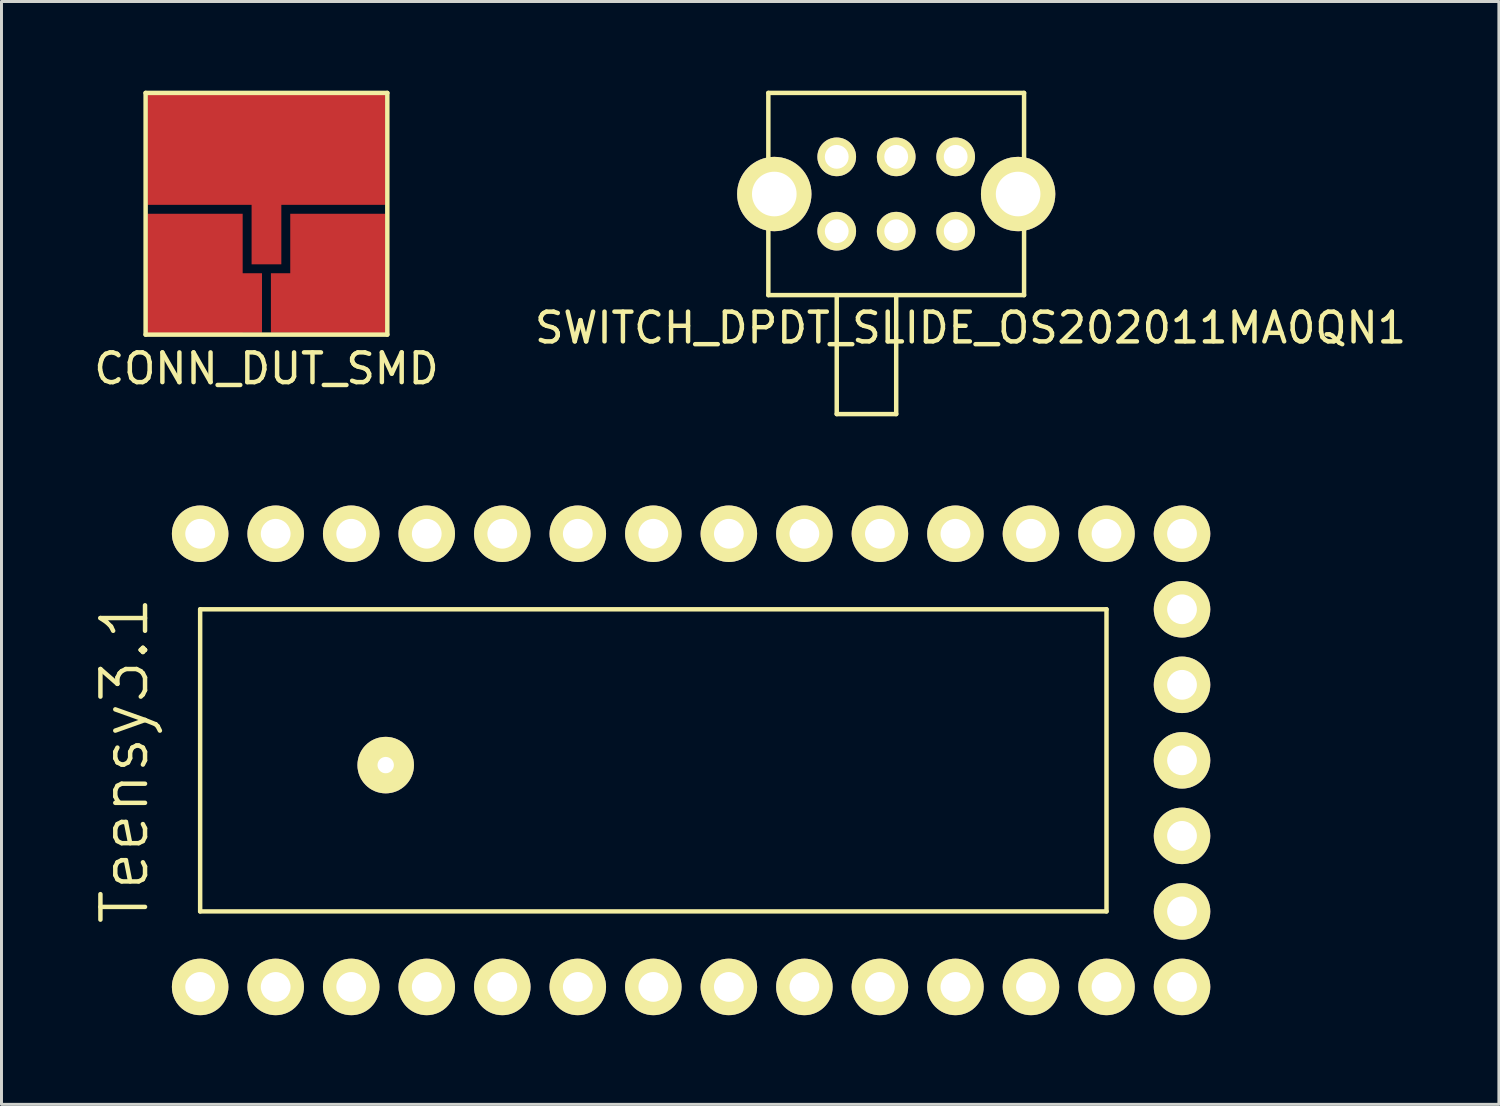
<source format=kicad_pcb>
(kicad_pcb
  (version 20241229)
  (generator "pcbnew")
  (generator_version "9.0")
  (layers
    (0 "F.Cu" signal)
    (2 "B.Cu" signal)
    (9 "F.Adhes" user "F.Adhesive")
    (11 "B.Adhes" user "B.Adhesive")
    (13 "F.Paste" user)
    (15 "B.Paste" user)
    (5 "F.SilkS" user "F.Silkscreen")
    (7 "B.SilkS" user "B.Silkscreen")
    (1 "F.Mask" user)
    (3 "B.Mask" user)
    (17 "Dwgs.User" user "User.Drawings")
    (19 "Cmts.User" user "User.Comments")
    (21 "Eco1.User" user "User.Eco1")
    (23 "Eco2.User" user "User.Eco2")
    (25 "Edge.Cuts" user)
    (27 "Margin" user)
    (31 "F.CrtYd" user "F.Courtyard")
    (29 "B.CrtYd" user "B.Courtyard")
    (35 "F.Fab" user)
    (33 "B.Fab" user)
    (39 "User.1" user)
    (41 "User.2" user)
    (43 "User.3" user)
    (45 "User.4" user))
  (footprint "Teensy3.1"
    (layer "F.Cu")
    (at 6.221 30.14)
    (property "Reference" "Teensy3.1" (at -5.08 -7.62 90) (layer "F.SilkS") (effects (font (size 1.5 1.5) (thickness 0.15))))
    (attr through_hole)
    (fp_line (start -2.54 -12.7) (end 27.94 -12.7) (stroke (width 0.15) (type solid)) (layer "F.SilkS"))
    (fp_line (start -2.54 -2.54) (end -2.54 -12.7) (stroke (width 0.15) (type solid)) (layer "F.SilkS"))
    (fp_line (start 27.94 -12.7) (end 27.94 -2.54) (stroke (width 0.15) (type solid)) (layer "F.SilkS"))
    (fp_line (start 27.94 -2.54) (end -2.54 -2.54) (stroke (width 0.15) (type solid)) (layer "F.SilkS"))
    (pad "0" thru_hole circle (at 0 0) (size 1.9 1.9) (drill 1) (layers "*.Cu" "*.Mask" "F.SilkS"))
    (pad "1" thru_hole circle (at 2.54 0) (size 1.9 1.9) (drill 1) (layers "*.Cu" "*.Mask" "F.SilkS"))
    (pad "2" thru_hole circle (at 5.08 0) (size 1.9 1.9) (drill 1) (layers "*.Cu" "*.Mask" "F.SilkS"))
    (pad "3" thru_hole circle (at 7.62 0) (size 1.9 1.9) (drill 1) (layers "*.Cu" "*.Mask" "F.SilkS"))
    (pad "4" thru_hole circle (at 10.16 0) (size 1.9 1.9) (drill 1) (layers "*.Cu" "*.Mask" "F.SilkS"))
    (pad "5" thru_hole circle (at 12.7 0) (size 1.9 1.9) (drill 1) (layers "*.Cu" "*.Mask" "F.SilkS"))
    (pad "6" thru_hole circle (at 15.24 0) (size 1.9 1.9) (drill 1) (layers "*.Cu" "*.Mask" "F.SilkS"))
    (pad "7" thru_hole circle (at 17.78 0) (size 1.9 1.9) (drill 1) (layers "*.Cu" "*.Mask" "F.SilkS"))
    (pad "8" thru_hole circle (at 20.32 0) (size 1.9 1.9) (drill 1) (layers "*.Cu" "*.Mask" "F.SilkS"))
    (pad "9" thru_hole circle (at 22.86 0) (size 1.9 1.9) (drill 1) (layers "*.Cu" "*.Mask" "F.SilkS"))
    (pad "10" thru_hole circle (at 25.4 0) (size 1.9 1.9) (drill 1) (layers "*.Cu" "*.Mask" "F.SilkS"))
    (pad "11" thru_hole circle (at 27.94 0) (size 1.9 1.9) (drill 1) (layers "*.Cu" "*.Mask" "F.SilkS"))
    (pad "12" thru_hole circle (at 30.48 0) (size 1.9 1.9) (drill 1) (layers "*.Cu" "*.Mask" "F.SilkS"))
    (pad "13" thru_hole circle (at 30.48 -15.24) (size 1.9 1.9) (drill 1) (layers "*.Cu" "*.Mask" "F.SilkS"))
    (pad "14" thru_hole circle (at 27.94 -15.24) (size 1.9 1.9) (drill 1) (layers "*.Cu" "*.Mask" "F.SilkS"))
    (pad "15" thru_hole circle (at 25.4 -15.24) (size 1.9 1.9) (drill 1) (layers "*.Cu" "*.Mask" "F.SilkS"))
    (pad "16" thru_hole circle (at 22.86 -15.24) (size 1.9 1.9) (drill 1) (layers "*.Cu" "*.Mask" "F.SilkS"))
    (pad "17" thru_hole circle (at 20.32 -15.24) (size 1.9 1.9) (drill 1) (layers "*.Cu" "*.Mask" "F.SilkS"))
    (pad "18" thru_hole circle (at 17.78 -15.24) (size 1.9 1.9) (drill 1) (layers "*.Cu" "*.Mask" "F.SilkS"))
    (pad "19" thru_hole circle (at 15.24 -15.24) (size 1.9 1.9) (drill 1) (layers "*.Cu" "*.Mask" "F.SilkS"))
    (pad "20" thru_hole circle (at 12.7 -15.24) (size 1.9 1.9) (drill 1) (layers "*.Cu" "*.Mask" "F.SilkS"))
    (pad "21" thru_hole circle (at 10.16 -15.24) (size 1.9 1.9) (drill 1) (layers "*.Cu" "*.Mask" "F.SilkS"))
    (pad "22" thru_hole circle (at 7.62 -15.24) (size 1.9 1.9) (drill 1) (layers "*.Cu" "*.Mask" "F.SilkS"))
    (pad "23" thru_hole circle (at 5.08 -15.24) (size 1.9 1.9) (drill 1) (layers "*.Cu" "*.Mask" "F.SilkS"))
    (pad "24" thru_hole circle (at 2.54 -15.24) (size 1.9 1.9) (drill 1) (layers "*.Cu" "*.Mask" "F.SilkS"))
    (pad "25" thru_hole circle (at 0 -15.24) (size 1.9 1.9) (drill 1) (layers "*.Cu" "*.Mask" "F.SilkS"))
    (pad "26" thru_hole circle (at -2.54 -15.24) (size 1.9 1.9) (drill 1) (layers "*.Cu" "*.Mask" "F.SilkS"))
    (pad "27" thru_hole circle (at -2.54 0) (size 1.9 1.9) (drill 1) (layers "*.Cu" "*.Mask" "F.SilkS"))
    (pad "28" thru_hole circle (at 30.48 -12.7) (size 1.9 1.9) (drill 1) (layers "*.Cu" "*.Mask" "F.SilkS"))
    (pad "29" thru_hole circle (at 30.48 -10.16) (size 1.9 1.9) (drill 1) (layers "*.Cu" "*.Mask" "F.SilkS"))
    (pad "30" thru_hole circle (at 30.48 -7.62) (size 1.9 1.9) (drill 1) (layers "*.Cu" "*.Mask" "F.SilkS"))
    (pad "31" thru_hole circle (at 30.48 -5.08) (size 1.9 1.9) (drill 1) (layers "*.Cu" "*.Mask" "F.SilkS"))
    (pad "32" thru_hole circle (at 30.48 -2.54) (size 1.9 1.9) (drill 1) (layers "*.Cu" "*.Mask" "F.SilkS"))
    (pad "33" thru_hole circle (at 3.7 -7.46) (size 1.9 1.9) (drill 0.55) (layers "*.Cu" "*.Mask" "F.SilkS")))
  (footprint "CONN_DUT_SMD"
    (layer "F.Cu")
    (at 5.911 4.139)
    (property "Reference" "CONN_DUT_SMD" (at 0 5.207 0) (layer "F.SilkS") (effects (font (size 1 1) (thickness 0.15))))
    (attr through_hole)
    (fp_line (start -4.064 -4.064) (end 4.064 -4.064) (stroke (width 0.15) (type solid)) (layer "F.SilkS"))
    (fp_line (start -4.064 4.064) (end -4.064 -4.064) (stroke (width 0.15) (type solid)) (layer "F.SilkS"))
    (fp_line (start 4.064 -4.064) (end 4.064 4.064) (stroke (width 0.15) (type solid)) (layer "F.SilkS"))
    (fp_line (start 4.064 4.064) (end -4.064 4.064) (stroke (width 0.15) (type solid)) (layer "F.SilkS"))
    (pad "1" smd rect (at -2.4 2) (size 3.2 4) (layers "F.Cu" "F.Mask" "F.Paste"))
    (pad "1" smd rect (at -2.075 3) (size 3.85 2) (layers "F.Cu" "F.Mask" "F.Paste"))
    (pad "2" smd rect (at 0 -2.15) (size 8 3.7) (layers "F.Cu" "F.Mask" "F.Paste"))
    (pad "2" smd rect (at 0 0) (size 1 3.4) (layers "F.Cu" "F.Mask" "F.Paste"))
    (pad "3" smd rect (at 2.075 3) (size 3.85 2) (layers "F.Cu" "F.Mask" "F.Paste"))
    (pad "3" smd rect (at 2.4 2) (size 3.2 4) (layers "F.Cu" "F.Mask" "F.Paste")))
  (footprint "SWITCH_DPDT_SLIDE_OS202011MA0QN1"
    (layer "F.Cu")
    (at 27.089 3.475)
    (property "Reference" "SWITCH_DPDT_SLIDE_OS202011MA0QN1" (at 2.5 4.5 0) (layer "F.SilkS") (effects (font (size 1 1) (thickness 0.15))))
    (attr through_hole)
    (fp_line (start -4.3 -3.4) (end 4.3 -3.4) (stroke (width 0.15) (type solid)) (layer "F.SilkS"))
    (fp_line (start -4.3 3.4) (end -4.3 -3.4) (stroke (width 0.15) (type solid)) (layer "F.SilkS"))
    (fp_line (start -2 7.4) (end -2 3.4) (stroke (width 0.15) (type solid)) (layer "F.SilkS"))
    (fp_line (start 0 3.4) (end 0 7.4) (stroke (width 0.15) (type solid)) (layer "F.SilkS"))
    (fp_line (start 0 7.4) (end -2 7.4) (stroke (width 0.15) (type solid)) (layer "F.SilkS"))
    (fp_line (start 4.3 -3.4) (end 4.3 3.4) (stroke (width 0.15) (type solid)) (layer "F.SilkS"))
    (fp_line (start 4.3 3.4) (end -4.3 3.4) (stroke (width 0.15) (type solid)) (layer "F.SilkS"))
    (pad "1" thru_hole circle (at 0 -1.25) (size 1.3 1.3) (drill 0.8) (layers "*.Cu" "*.Mask" "F.SilkS"))
    (pad "2" thru_hole circle (at -2 -1.25) (size 1.3 1.3) (drill 0.8) (layers "*.Cu" "*.Mask" "F.SilkS"))
    (pad "3" thru_hole circle (at 2 -1.25) (size 1.3 1.3) (drill 0.8) (layers "*.Cu" "*.Mask" "F.SilkS"))
    (pad "4" thru_hole circle (at 0 1.25) (size 1.3 1.3) (drill 0.8) (layers "*.Cu" "*.Mask" "F.SilkS"))
    (pad "5" thru_hole circle (at -2 1.25) (size 1.3 1.3) (drill 0.8) (layers "*.Cu" "*.Mask" "F.SilkS"))
    (pad "6" thru_hole circle (at 2 1.25) (size 1.3 1.3) (drill 0.8) (layers "*.Cu" "*.Mask" "F.SilkS"))
    (pad "7" thru_hole circle (at -4.1 0) (size 2.5 2.5) (drill 1.5) (layers "*.Cu" "*.Mask" "F.SilkS"))
    (pad "8" thru_hole circle (at 4.1 0) (size 2.5 2.5) (drill 1.5) (layers "*.Cu" "*.Mask" "F.SilkS")))
  (gr_rect
    (start -3 -3)
    (end 47.357 34.09)
    (stroke (width 0.1) (type default))
    (fill no)
    (layer "Edge.Cuts")))
</source>
